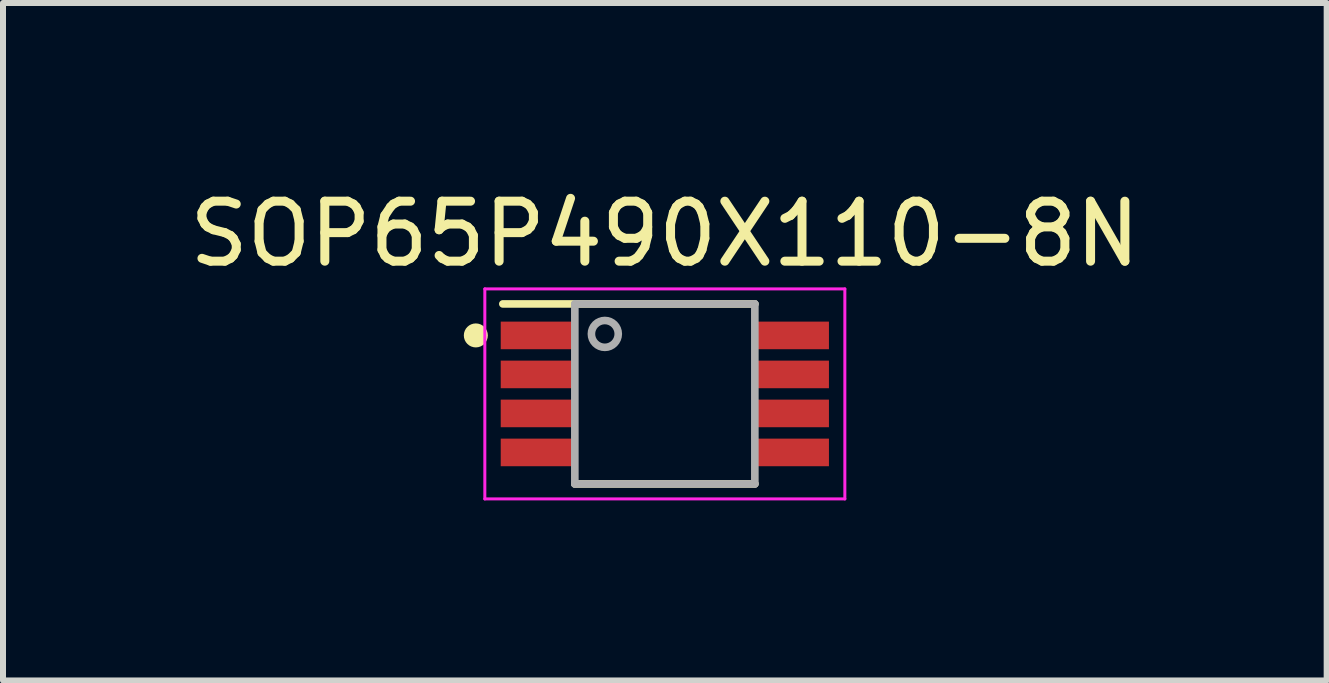
<source format=kicad_pcb>
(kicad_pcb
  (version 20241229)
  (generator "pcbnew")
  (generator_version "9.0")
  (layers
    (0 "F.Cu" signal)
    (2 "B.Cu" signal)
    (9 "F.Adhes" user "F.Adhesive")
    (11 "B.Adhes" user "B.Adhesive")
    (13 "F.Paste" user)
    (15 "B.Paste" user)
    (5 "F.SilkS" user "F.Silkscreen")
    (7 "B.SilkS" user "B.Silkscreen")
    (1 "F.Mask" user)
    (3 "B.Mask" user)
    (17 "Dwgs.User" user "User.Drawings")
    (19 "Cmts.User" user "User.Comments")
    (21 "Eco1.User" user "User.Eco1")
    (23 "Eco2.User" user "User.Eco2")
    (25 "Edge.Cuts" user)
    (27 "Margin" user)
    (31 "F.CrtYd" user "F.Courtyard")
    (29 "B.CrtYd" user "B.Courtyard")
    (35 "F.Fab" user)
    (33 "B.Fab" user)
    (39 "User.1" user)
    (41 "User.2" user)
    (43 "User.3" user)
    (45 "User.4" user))
  (footprint "SOP65P490X110-8N"
    (layer "F.Cu")
    (at 8.03 3.515)
    (property "Reference" "SOP65P490X110-8N" (at 0 -2.667 0) (layer "F.SilkS") (effects (font (size 1 1) (thickness 0.15))))
    (attr through_hole)
    (fp_line (start -2.7 -1.5) (end 1.5 -1.5) (stroke (width 0.127) (type solid)) (layer "F.SilkS"))
    (fp_line (start -1.5 1.5) (end 1.5 1.5) (stroke (width 0.127) (type solid)) (layer "F.SilkS"))
    (fp_circle (center -3.15 -0.975) (end -3.05 -0.975) (stroke (width 0.2) (type solid)) (fill no) (layer "F.SilkS"))
    (fp_line (start -3 -1.75) (end 3 -1.75) (stroke (width 0.05) (type solid)) (layer "F.CrtYd"))
    (fp_line (start -3 1.75) (end -3 -1.75) (stroke (width 0.05) (type solid)) (layer "F.CrtYd"))
    (fp_line (start 3 -1.75) (end 3 1.75) (stroke (width 0.05) (type solid)) (layer "F.CrtYd"))
    (fp_line (start 3 1.75) (end -3 1.75) (stroke (width 0.05) (type solid)) (layer "F.CrtYd"))
    (fp_line (start -1.5 -1.5) (end 1.5 -1.5) (stroke (width 0.127) (type solid)) (layer "F.Fab"))
    (fp_line (start -1.5 1.5) (end -1.5 -1.5) (stroke (width 0.127) (type solid)) (layer "F.Fab"))
    (fp_line (start 1.5 -1.5) (end 1.5 1.5) (stroke (width 0.127) (type solid)) (layer "F.Fab"))
    (fp_line (start 1.5 1.5) (end -1.5 1.5) (stroke (width 0.127) (type solid)) (layer "F.Fab"))
    (fp_circle (center -1 -1) (end -0.776 -1) (stroke (width 0.127) (type solid)) (fill no) (layer "F.Fab"))
    (pad "1" smd rect (at -2.11 -0.975) (size 1.25 0.46) (layers "F.Cu" "F.Mask" "F.Paste"))
    (pad "2" smd rect (at -2.11 -0.325) (size 1.25 0.46) (layers "F.Cu" "F.Mask" "F.Paste"))
    (pad "3" smd rect (at -2.11 0.325) (size 1.25 0.46) (layers "F.Cu" "F.Mask" "F.Paste"))
    (pad "4" smd rect (at -2.11 0.975) (size 1.25 0.46) (layers "F.Cu" "F.Mask" "F.Paste"))
    (pad "5" smd rect (at 2.11 0.975) (size 1.25 0.46) (layers "F.Cu" "F.Mask" "F.Paste"))
    (pad "6" smd rect (at 2.11 0.325) (size 1.25 0.46) (layers "F.Cu" "F.Mask" "F.Paste"))
    (pad "7" smd rect (at 2.11 -0.325) (size 1.25 0.46) (layers "F.Cu" "F.Mask" "F.Paste"))
    (pad "8" smd rect (at 2.11 -0.975) (size 1.25 0.46) (layers "F.Cu" "F.Mask" "F.Paste")))
  (gr_rect
    (start -3 -3)
    (end 19.06 8.29)
    (stroke (width 0.1) (type default))
    (fill no)
    (layer "Edge.Cuts")))
</source>
